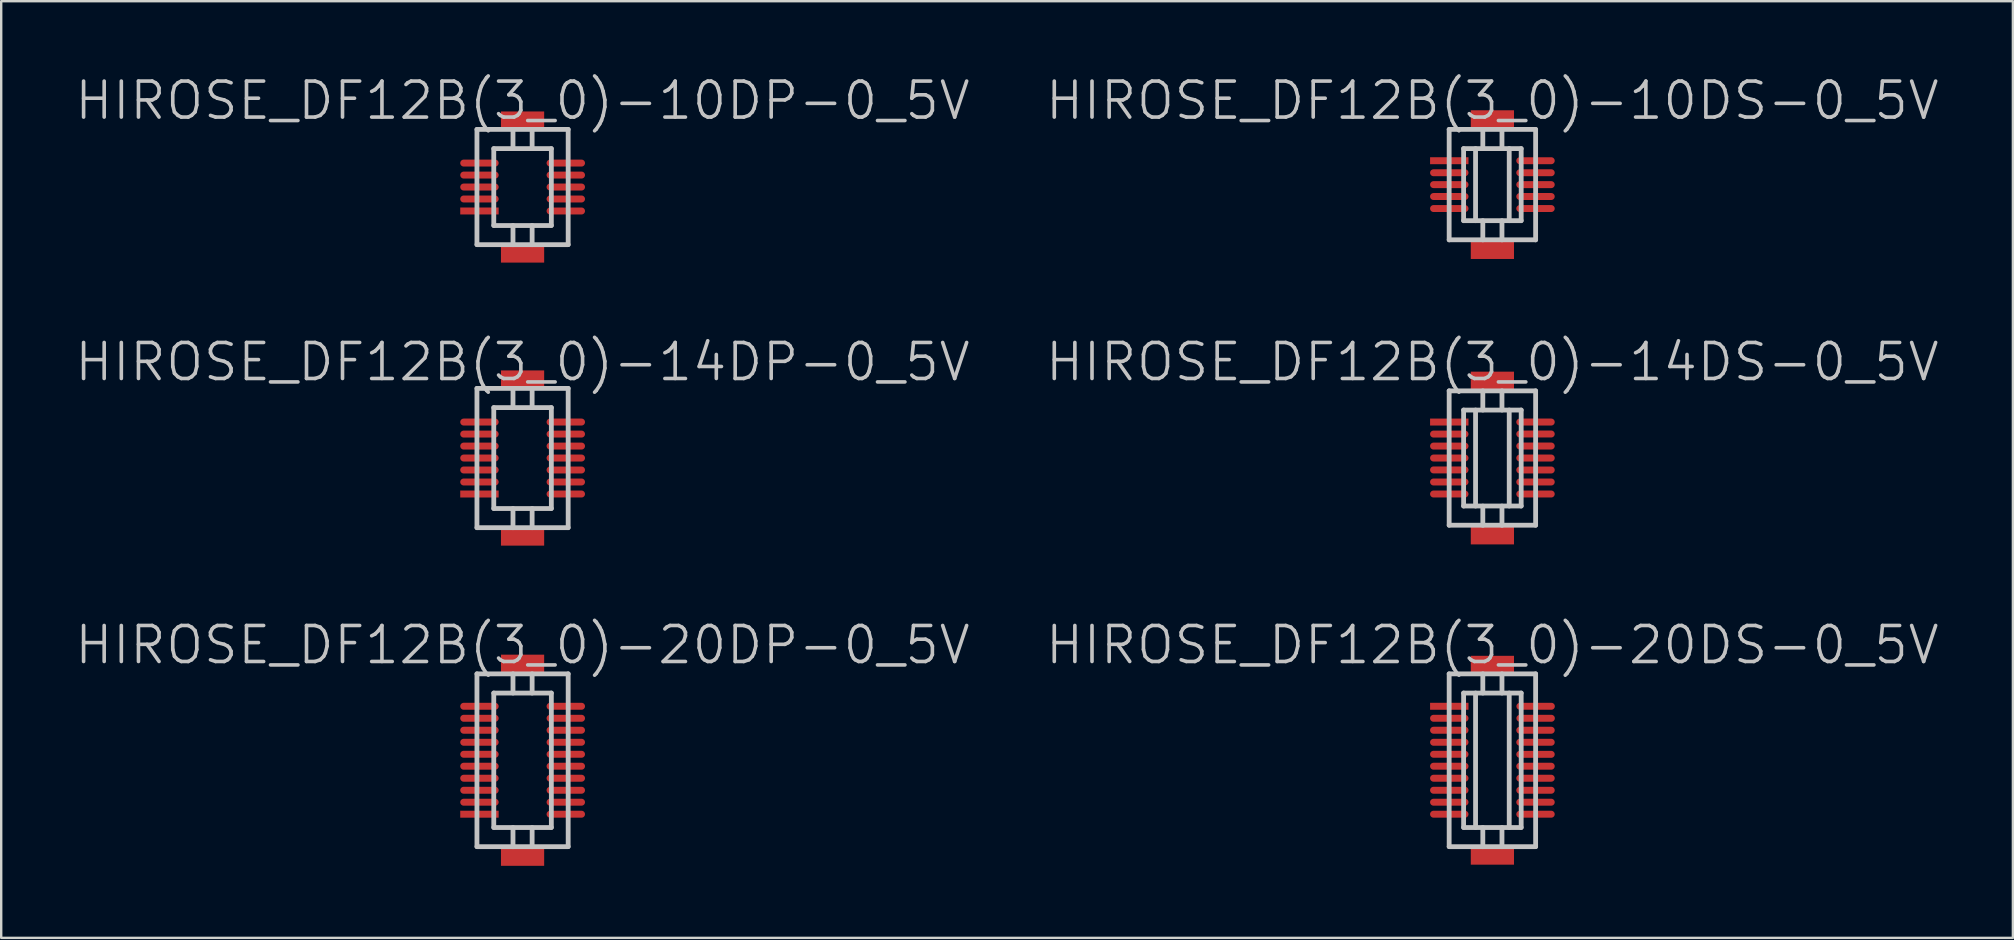
<source format=kicad_pcb>
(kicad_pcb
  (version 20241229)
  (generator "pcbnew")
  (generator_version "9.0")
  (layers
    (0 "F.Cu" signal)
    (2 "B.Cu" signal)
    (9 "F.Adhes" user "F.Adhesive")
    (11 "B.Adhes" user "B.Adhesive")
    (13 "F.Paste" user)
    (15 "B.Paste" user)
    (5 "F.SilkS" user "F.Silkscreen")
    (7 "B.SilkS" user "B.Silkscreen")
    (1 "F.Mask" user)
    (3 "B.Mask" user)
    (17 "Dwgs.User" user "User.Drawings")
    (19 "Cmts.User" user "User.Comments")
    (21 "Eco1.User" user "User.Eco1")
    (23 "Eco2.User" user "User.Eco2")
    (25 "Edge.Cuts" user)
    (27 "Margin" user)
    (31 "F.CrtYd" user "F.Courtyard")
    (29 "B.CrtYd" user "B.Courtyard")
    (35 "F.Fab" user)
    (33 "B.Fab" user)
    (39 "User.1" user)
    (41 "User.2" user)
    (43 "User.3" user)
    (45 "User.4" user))
  (footprint "HIROSE_DF12B(3_0)-20DS-0_5V"
    (layer "F.Cu")
    (at 59.118 28.619)
    (property "Reference" "HIROSE_DF12B(3_0)-20DS-0_5V" (at 0 -4.8 180) (layer "Dwgs.User") (effects (font (size 1.5 1.5) (thickness 0.15))))
    (attr smd)
    (fp_line (start -1.801 -3.599) (end -1.801 3.599) (stroke (width 0.2) (type solid)) (layer "Dwgs.User"))
    (fp_line (start -1.801 -3.599) (end 1.801 -3.599) (stroke (width 0.2) (type solid)) (layer "Dwgs.User"))
    (fp_line (start -1.199 -2.799) (end 1.199 -2.799) (stroke (width 0.2) (type solid)) (layer "Dwgs.User"))
    (fp_line (start -1.199 2.799) (end -1.199 -2.799) (stroke (width 0.2) (type solid)) (layer "Dwgs.User"))
    (fp_line (start -0.701 -2.799) (end -0.701 2.799) (stroke (width 0.2) (type solid)) (layer "Dwgs.User"))
    (fp_line (start -0.399 -2.799) (end -0.399 -3.599) (stroke (width 0.2) (type solid)) (layer "Dwgs.User"))
    (fp_line (start -0.399 3.602) (end -0.399 2.802) (stroke (width 0.2) (type solid)) (layer "Dwgs.User"))
    (fp_line (start 0.399 -2.799) (end 0.399 -3.599) (stroke (width 0.2) (type solid)) (layer "Dwgs.User"))
    (fp_line (start 0.399 2.802) (end 0.399 3.602) (stroke (width 0.2) (type solid)) (layer "Dwgs.User"))
    (fp_line (start 0.701 2.799) (end 0.701 -2.799) (stroke (width 0.2) (type solid)) (layer "Dwgs.User"))
    (fp_line (start 1.199 -2.799) (end 1.199 2.799) (stroke (width 0.2) (type solid)) (layer "Dwgs.User"))
    (fp_line (start 1.199 2.802) (end -1.199 2.802) (stroke (width 0.2) (type solid)) (layer "Dwgs.User"))
    (fp_line (start 1.801 3.599) (end -1.801 3.599) (stroke (width 0.2) (type solid)) (layer "Dwgs.User"))
    (fp_line (start 1.801 3.599) (end 1.801 -3.599) (stroke (width 0.2) (type solid)) (layer "Dwgs.User"))
    (pad "" smd rect (at 0 -3.95 270) (size 0.8 1.8) (layers "F.Cu" "F.Mask" "F.Paste"))
    (pad "" smd rect (at 0 3.95 270) (size 0.8 1.8) (layers "F.Cu" "F.Mask" "F.Paste"))
    (pad "1" smd rect (at -1.796 -2.248 270) (size 0.29 1.6) (layers "F.Cu" "F.Mask" "F.Paste"))
    (pad "2" smd oval (at -1.796 -1.748 270) (size 0.29 1.6) (layers "F.Cu" "F.Mask" "F.Paste"))
    (pad "3" smd oval (at -1.796 -1.25 270) (size 0.29 1.6) (layers "F.Cu" "F.Mask" "F.Paste"))
    (pad "4" smd oval (at -1.796 -0.749 270) (size 0.29 1.6) (layers "F.Cu" "F.Mask" "F.Paste"))
    (pad "5" smd oval (at -1.796 -0.249 270) (size 0.29 1.6) (layers "F.Cu" "F.Mask" "F.Paste"))
    (pad "6" smd oval (at -1.796 0.249 270) (size 0.29 1.6) (layers "F.Cu" "F.Mask" "F.Paste"))
    (pad "7" smd oval (at -1.796 0.749 270) (size 0.29 1.6) (layers "F.Cu" "F.Mask" "F.Paste"))
    (pad "8" smd oval (at -1.796 1.25 270) (size 0.29 1.6) (layers "F.Cu" "F.Mask" "F.Paste"))
    (pad "9" smd oval (at -1.796 1.748 270) (size 0.29 1.6) (layers "F.Cu" "F.Mask" "F.Paste"))
    (pad "10" smd oval (at -1.796 2.248 270) (size 0.29 1.6) (layers "F.Cu" "F.Mask" "F.Paste"))
    (pad "11" smd oval (at 1.796 2.248 270) (size 0.29 1.6) (layers "F.Cu" "F.Mask" "F.Paste"))
    (pad "12" smd oval (at 1.796 1.748 270) (size 0.29 1.6) (layers "F.Cu" "F.Mask" "F.Paste"))
    (pad "13" smd oval (at 1.796 1.25 270) (size 0.29 1.6) (layers "F.Cu" "F.Mask" "F.Paste"))
    (pad "14" smd oval (at 1.796 0.749 270) (size 0.29 1.6) (layers "F.Cu" "F.Mask" "F.Paste"))
    (pad "15" smd oval (at 1.796 0.249 270) (size 0.29 1.6) (layers "F.Cu" "F.Mask" "F.Paste"))
    (pad "16" smd oval (at 1.796 -0.246 270) (size 0.29 1.6) (layers "F.Cu" "F.Mask" "F.Paste"))
    (pad "17" smd oval (at 1.796 -0.749 270) (size 0.29 1.6) (layers "F.Cu" "F.Mask" "F.Paste"))
    (pad "18" smd oval (at 1.796 -1.25 270) (size 0.29 1.6) (layers "F.Cu" "F.Mask" "F.Paste"))
    (pad "19" smd oval (at 1.801 -1.748 270) (size 0.29 1.6) (layers "F.Cu" "F.Mask" "F.Paste"))
    (pad "20" smd oval (at 1.801 -2.248 270) (size 0.29 1.6) (layers "F.Cu" "F.Mask" "F.Paste")))
  (footprint "HIROSE_DF12B(3_0)-10DS-0_5V"
    (layer "F.Cu")
    (at 59.118 4.641)
    (property "Reference" "HIROSE_DF12B(3_0)-10DS-0_5V" (at 0 -3.5 180) (layer "Dwgs.User") (effects (font (size 1.5 1.5) (thickness 0.15))))
    (attr smd)
    (fp_line (start -1.801 -2.301) (end 1.801 -2.301) (stroke (width 0.2) (type solid)) (layer "Dwgs.User"))
    (fp_line (start -1.801 2.301) (end -1.801 -2.301) (stroke (width 0.2) (type solid)) (layer "Dwgs.User"))
    (fp_line (start -1.199 -1.501) (end 1.199 -1.501) (stroke (width 0.2) (type solid)) (layer "Dwgs.User"))
    (fp_line (start -1.199 1.501) (end -1.199 -1.501) (stroke (width 0.2) (type solid)) (layer "Dwgs.User"))
    (fp_line (start -0.701 1.501) (end -0.701 -1.501) (stroke (width 0.2) (type solid)) (layer "Dwgs.User"))
    (fp_line (start -0.399 -1.501) (end -0.399 -2.301) (stroke (width 0.2) (type solid)) (layer "Dwgs.User"))
    (fp_line (start -0.399 2.301) (end -0.399 1.501) (stroke (width 0.2) (type solid)) (layer "Dwgs.User"))
    (fp_line (start 0.399 -1.501) (end 0.399 -2.301) (stroke (width 0.2) (type solid)) (layer "Dwgs.User"))
    (fp_line (start 0.399 1.501) (end 0.399 2.301) (stroke (width 0.2) (type solid)) (layer "Dwgs.User"))
    (fp_line (start 0.701 -1.501) (end 0.701 1.501) (stroke (width 0.2) (type solid)) (layer "Dwgs.User"))
    (fp_line (start 1.199 -1.501) (end 1.199 1.501) (stroke (width 0.2) (type solid)) (layer "Dwgs.User"))
    (fp_line (start 1.199 1.501) (end -1.199 1.501) (stroke (width 0.2) (type solid)) (layer "Dwgs.User"))
    (fp_line (start 1.801 -2.301) (end 1.801 2.301) (stroke (width 0.2) (type solid)) (layer "Dwgs.User"))
    (fp_line (start 1.801 2.299) (end -1.801 2.299) (stroke (width 0.2) (type solid)) (layer "Dwgs.User"))
    (pad "" smd rect (at 0 -2.697 270) (size 0.8 1.8) (layers "F.Cu" "F.Mask" "F.Paste"))
    (pad "" smd rect (at 0 2.697 270) (size 0.8 1.8) (layers "F.Cu" "F.Mask" "F.Paste"))
    (pad "1" smd rect (at -1.796 -0.996 270) (size 0.29 1.6) (layers "F.Cu" "F.Mask" "F.Paste"))
    (pad "2" smd oval (at -1.796 -0.495 270) (size 0.29 1.6) (layers "F.Cu" "F.Mask" "F.Paste"))
    (pad "3" smd oval (at -1.796 0 270) (size 0.29 1.6) (layers "F.Cu" "F.Mask" "F.Paste"))
    (pad "4" smd oval (at -1.796 0.495 270) (size 0.29 1.6) (layers "F.Cu" "F.Mask" "F.Paste"))
    (pad "5" smd oval (at -1.796 0.996 270) (size 0.29 1.6) (layers "F.Cu" "F.Mask" "F.Paste"))
    (pad "6" smd oval (at 1.796 0.996 270) (size 0.29 1.6) (layers "F.Cu" "F.Mask" "F.Paste"))
    (pad "7" smd oval (at 1.796 0.495 270) (size 0.29 1.6) (layers "F.Cu" "F.Mask" "F.Paste"))
    (pad "8" smd oval (at 1.796 0 270) (size 0.29 1.6) (layers "F.Cu" "F.Mask" "F.Paste"))
    (pad "9" smd oval (at 1.796 -0.495 270) (size 0.29 1.6) (layers "F.Cu" "F.Mask" "F.Paste"))
    (pad "10" smd oval (at 1.796 -0.996 270) (size 0.29 1.6) (layers "F.Cu" "F.Mask" "F.Paste")))
  (footprint "HIROSE_DF12B(3_0)-14DP-0_5V"
    (layer "F.Cu")
    (at 18.718 16.03)
    (property "Reference" "HIROSE_DF12B(3_0)-14DP-0_5V" (at 0 -4 180) (layer "Dwgs.User") (effects (font (size 1.5 1.5) (thickness 0.15))))
    (attr smd)
    (fp_line (start -1.9 2.901) (end -1.9 -2.901) (stroke (width 0.2) (type solid)) (layer "Dwgs.User"))
    (fp_line (start -1.9 2.901) (end 1.9 2.901) (stroke (width 0.2) (type solid)) (layer "Dwgs.User"))
    (fp_line (start -1.199 -2.101) (end -1.199 2.101) (stroke (width 0.2) (type solid)) (layer "Dwgs.User"))
    (fp_line (start -1.199 -2.101) (end 1.199 -2.101) (stroke (width 0.2) (type solid)) (layer "Dwgs.User"))
    (fp_line (start -0.399 -2.101) (end -0.399 -2.901) (stroke (width 0.2) (type solid)) (layer "Dwgs.User"))
    (fp_line (start -0.399 2.903) (end -0.399 2.103) (stroke (width 0.2) (type solid)) (layer "Dwgs.User"))
    (fp_line (start 0.399 -2.101) (end 0.399 -2.901) (stroke (width 0.2) (type solid)) (layer "Dwgs.User"))
    (fp_line (start 0.399 2.103) (end 0.399 2.903) (stroke (width 0.2) (type solid)) (layer "Dwgs.User"))
    (fp_line (start 1.199 2.101) (end 1.199 -2.101) (stroke (width 0.2) (type solid)) (layer "Dwgs.User"))
    (fp_line (start 1.199 2.103) (end -1.199 2.103) (stroke (width 0.2) (type solid)) (layer "Dwgs.User"))
    (fp_line (start 1.9 -2.901) (end -1.9 -2.901) (stroke (width 0.2) (type solid)) (layer "Dwgs.User"))
    (fp_line (start 1.9 -2.901) (end 1.9 2.901) (stroke (width 0.2) (type solid)) (layer "Dwgs.User"))
    (pad "" smd rect (at 0 -3.249 270) (size 0.8 1.8) (layers "F.Cu" "F.Mask" "F.Paste"))
    (pad "" smd rect (at 0 3.249 270) (size 0.8 1.8) (layers "F.Cu" "F.Mask" "F.Paste"))
    (pad "1" smd rect (at -1.796 1.499 270) (size 0.29 1.6) (layers "F.Cu" "F.Mask" "F.Paste"))
    (pad "2" smd oval (at -1.796 0.998 270) (size 0.29 1.6) (layers "F.Cu" "F.Mask" "F.Paste"))
    (pad "3" smd oval (at -1.796 0.498 270) (size 0.29 1.6) (layers "F.Cu" "F.Mask" "F.Paste"))
    (pad "4" smd oval (at -1.796 0 270) (size 0.29 1.6) (layers "F.Cu" "F.Mask" "F.Paste"))
    (pad "5" smd oval (at -1.796 -0.498 270) (size 0.29 1.6) (layers "F.Cu" "F.Mask" "F.Paste"))
    (pad "6" smd oval (at -1.796 -0.998 270) (size 0.29 1.6) (layers "F.Cu" "F.Mask" "F.Paste"))
    (pad "7" smd oval (at -1.796 -1.499 270) (size 0.29 1.6) (layers "F.Cu" "F.Mask" "F.Paste"))
    (pad "8" smd oval (at 1.801 -1.499 270) (size 0.29 1.6) (layers "F.Cu" "F.Mask" "F.Paste"))
    (pad "9" smd oval (at 1.801 -0.998 270) (size 0.29 1.6) (layers "F.Cu" "F.Mask" "F.Paste"))
    (pad "10" smd oval (at 1.801 -0.498 270) (size 0.29 1.6) (layers "F.Cu" "F.Mask" "F.Paste"))
    (pad "11" smd oval (at 1.801 0 270) (size 0.29 1.6) (layers "F.Cu" "F.Mask" "F.Paste"))
    (pad "12" smd oval (at 1.801 0.498 270) (size 0.29 1.6) (layers "F.Cu" "F.Mask" "F.Paste"))
    (pad "13" smd oval (at 1.801 0.998 270) (size 0.29 1.6) (layers "F.Cu" "F.Mask" "F.Paste"))
    (pad "14" smd oval (at 1.801 1.499 270) (size 0.29 1.6) (layers "F.Cu" "F.Mask" "F.Paste")))
  (footprint "HIROSE_DF12B(3_0)-20DP-0_5V"
    (layer "F.Cu")
    (at 18.718 28.619)
    (property "Reference" "HIROSE_DF12B(3_0)-20DP-0_5V" (at 0 -4.8 180) (layer "Dwgs.User") (effects (font (size 1.5 1.5) (thickness 0.15))))
    (attr smd)
    (fp_line (start -1.9 3.599) (end -1.9 -3.599) (stroke (width 0.2) (type solid)) (layer "Dwgs.User"))
    (fp_line (start -1.9 3.599) (end 1.9 3.599) (stroke (width 0.2) (type solid)) (layer "Dwgs.User"))
    (fp_line (start -1.199 -2.799) (end -1.199 2.799) (stroke (width 0.2) (type solid)) (layer "Dwgs.User"))
    (fp_line (start -1.199 -2.799) (end 1.199 -2.799) (stroke (width 0.2) (type solid)) (layer "Dwgs.User"))
    (fp_line (start -0.399 -2.799) (end -0.399 -3.599) (stroke (width 0.2) (type solid)) (layer "Dwgs.User"))
    (fp_line (start -0.399 3.602) (end -0.399 2.802) (stroke (width 0.2) (type solid)) (layer "Dwgs.User"))
    (fp_line (start 0.399 -2.799) (end 0.399 -3.599) (stroke (width 0.2) (type solid)) (layer "Dwgs.User"))
    (fp_line (start 0.399 2.802) (end 0.399 3.602) (stroke (width 0.2) (type solid)) (layer "Dwgs.User"))
    (fp_line (start 1.199 2.799) (end 1.199 -2.799) (stroke (width 0.2) (type solid)) (layer "Dwgs.User"))
    (fp_line (start 1.199 2.802) (end -1.199 2.802) (stroke (width 0.2) (type solid)) (layer "Dwgs.User"))
    (fp_line (start 1.9 -3.599) (end -1.9 -3.599) (stroke (width 0.2) (type solid)) (layer "Dwgs.User"))
    (fp_line (start 1.9 -3.599) (end 1.9 3.599) (stroke (width 0.2) (type solid)) (layer "Dwgs.User"))
    (pad "" smd rect (at 0 -3.998 270) (size 0.8 1.8) (layers "F.Cu" "F.Mask" "F.Paste"))
    (pad "" smd rect (at 0 3.998 270) (size 0.8 1.8) (layers "F.Cu" "F.Mask" "F.Paste"))
    (pad "1" smd rect (at -1.796 2.248 270) (size 0.29 1.6) (layers "F.Cu" "F.Mask" "F.Paste"))
    (pad "2" smd oval (at -1.796 1.748 270) (size 0.29 1.6) (layers "F.Cu" "F.Mask" "F.Paste"))
    (pad "3" smd oval (at -1.796 1.25 270) (size 0.29 1.6) (layers "F.Cu" "F.Mask" "F.Paste"))
    (pad "4" smd oval (at -1.796 0.749 270) (size 0.29 1.6) (layers "F.Cu" "F.Mask" "F.Paste"))
    (pad "5" smd oval (at -1.796 0.249 270) (size 0.29 1.6) (layers "F.Cu" "F.Mask" "F.Paste"))
    (pad "6" smd oval (at -1.796 -0.249 270) (size 0.29 1.6) (layers "F.Cu" "F.Mask" "F.Paste"))
    (pad "7" smd oval (at -1.796 -0.749 270) (size 0.29 1.6) (layers "F.Cu" "F.Mask" "F.Paste"))
    (pad "8" smd oval (at -1.796 -1.25 270) (size 0.29 1.6) (layers "F.Cu" "F.Mask" "F.Paste"))
    (pad "9" smd oval (at -1.796 -1.748 270) (size 0.29 1.6) (layers "F.Cu" "F.Mask" "F.Paste"))
    (pad "10" smd oval (at -1.796 -2.248 270) (size 0.29 1.6) (layers "F.Cu" "F.Mask" "F.Paste"))
    (pad "11" smd oval (at 1.801 -2.248 270) (size 0.29 1.6) (layers "F.Cu" "F.Mask" "F.Paste"))
    (pad "12" smd oval (at 1.801 -1.748 270) (size 0.29 1.6) (layers "F.Cu" "F.Mask" "F.Paste"))
    (pad "13" smd oval (at 1.801 -1.25 270) (size 0.29 1.6) (layers "F.Cu" "F.Mask" "F.Paste"))
    (pad "14" smd oval (at 1.801 -0.749 270) (size 0.29 1.6) (layers "F.Cu" "F.Mask" "F.Paste"))
    (pad "15" smd oval (at 1.801 -0.249 270) (size 0.29 1.6) (layers "F.Cu" "F.Mask" "F.Paste"))
    (pad "16" smd oval (at 1.801 0.249 270) (size 0.29 1.6) (layers "F.Cu" "F.Mask" "F.Paste"))
    (pad "17" smd oval (at 1.801 0.749 270) (size 0.29 1.6) (layers "F.Cu" "F.Mask" "F.Paste"))
    (pad "18" smd oval (at 1.801 1.25 270) (size 0.29 1.6) (layers "F.Cu" "F.Mask" "F.Paste"))
    (pad "19" smd oval (at 1.801 1.748 270) (size 0.29 1.6) (layers "F.Cu" "F.Mask" "F.Paste"))
    (pad "20" smd oval (at 1.801 2.248 270) (size 0.29 1.6) (layers "F.Cu" "F.Mask" "F.Paste")))
  (footprint "HIROSE_DF12B(3_0)-14DS-0_5V"
    (layer "F.Cu")
    (at 59.118 16.03)
    (property "Reference" "HIROSE_DF12B(3_0)-14DS-0_5V" (at 0 -4 180) (layer "Dwgs.User") (effects (font (size 1.5 1.5) (thickness 0.15))))
    (attr smd)
    (fp_line (start -1.801 -2.799) (end 1.801 -2.799) (stroke (width 0.2) (type solid)) (layer "Dwgs.User"))
    (fp_line (start -1.801 2.799) (end -1.801 -2.799) (stroke (width 0.2) (type solid)) (layer "Dwgs.User"))
    (fp_line (start -1.199 -1.999) (end -1.199 1.999) (stroke (width 0.2) (type solid)) (layer "Dwgs.User"))
    (fp_line (start -1.199 -1.999) (end 1.199 -1.999) (stroke (width 0.2) (type solid)) (layer "Dwgs.User"))
    (fp_line (start -0.701 1.999) (end -0.701 -1.999) (stroke (width 0.2) (type solid)) (layer "Dwgs.User"))
    (fp_line (start -0.399 -1.999) (end -0.399 -2.799) (stroke (width 0.2) (type solid)) (layer "Dwgs.User"))
    (fp_line (start -0.399 2.802) (end -0.399 2.002) (stroke (width 0.2) (type solid)) (layer "Dwgs.User"))
    (fp_line (start 0.399 -1.999) (end 0.399 -2.799) (stroke (width 0.2) (type solid)) (layer "Dwgs.User"))
    (fp_line (start 0.399 2.002) (end 0.399 2.802) (stroke (width 0.2) (type solid)) (layer "Dwgs.User"))
    (fp_line (start 0.701 -1.999) (end 0.701 1.999) (stroke (width 0.2) (type solid)) (layer "Dwgs.User"))
    (fp_line (start 1.199 1.999) (end -1.199 1.999) (stroke (width 0.2) (type solid)) (layer "Dwgs.User"))
    (fp_line (start 1.199 1.999) (end 1.199 -1.999) (stroke (width 0.2) (type solid)) (layer "Dwgs.User"))
    (fp_line (start 1.801 -2.799) (end 1.801 2.799) (stroke (width 0.2) (type solid)) (layer "Dwgs.User"))
    (fp_line (start 1.801 2.799) (end -1.801 2.799) (stroke (width 0.2) (type solid)) (layer "Dwgs.User"))
    (pad "" smd rect (at 0 -3.198 270) (size 0.8 1.8) (layers "F.Cu" "F.Mask" "F.Paste"))
    (pad "" smd rect (at 0 3.198 270) (size 0.8 1.8) (layers "F.Cu" "F.Mask" "F.Paste"))
    (pad "1" smd rect (at -1.796 -1.499 270) (size 0.29 1.6) (layers "F.Cu" "F.Mask" "F.Paste"))
    (pad "2" smd oval (at -1.796 -0.998 270) (size 0.29 1.6) (layers "F.Cu" "F.Mask" "F.Paste"))
    (pad "3" smd oval (at -1.796 -0.498 270) (size 0.29 1.6) (layers "F.Cu" "F.Mask" "F.Paste"))
    (pad "4" smd oval (at -1.796 0 270) (size 0.29 1.6) (layers "F.Cu" "F.Mask" "F.Paste"))
    (pad "5" smd oval (at -1.796 0.495 270) (size 0.29 1.6) (layers "F.Cu" "F.Mask" "F.Paste"))
    (pad "6" smd oval (at -1.796 0.998 270) (size 0.29 1.6) (layers "F.Cu" "F.Mask" "F.Paste"))
    (pad "7" smd oval (at -1.796 1.499 270) (size 0.29 1.6) (layers "F.Cu" "F.Mask" "F.Paste"))
    (pad "8" smd oval (at 1.796 1.499 270) (size 0.29 1.6) (layers "F.Cu" "F.Mask" "F.Paste"))
    (pad "9" smd oval (at 1.796 0.998 270) (size 0.29 1.6) (layers "F.Cu" "F.Mask" "F.Paste"))
    (pad "10" smd oval (at 1.796 0.498 270) (size 0.29 1.6) (layers "F.Cu" "F.Mask" "F.Paste"))
    (pad "11" smd oval (at 1.796 0 270) (size 0.29 1.6) (layers "F.Cu" "F.Mask" "F.Paste"))
    (pad "12" smd oval (at 1.796 -0.5 270) (size 0.29 1.6) (layers "F.Cu" "F.Mask" "F.Paste"))
    (pad "13" smd oval (at 1.796 -1.001 270) (size 0.29 1.6) (layers "F.Cu" "F.Mask" "F.Paste"))
    (pad "14" smd oval (at 1.796 -1.499 270) (size 0.29 1.6) (layers "F.Cu" "F.Mask" "F.Paste")))
  (footprint "HIROSE_DF12B(3_0)-10DP-0_5V"
    (layer "F.Cu")
    (at 18.718 4.741)
    (property "Reference" "HIROSE_DF12B(3_0)-10DP-0_5V" (at 0 -3.6 180) (layer "Dwgs.User") (effects (font (size 1.5 1.5) (thickness 0.15))))
    (attr smd)
    (fp_line (start -1.9 2.4) (end -1.9 -2.4) (stroke (width 0.2) (type solid)) (layer "Dwgs.User"))
    (fp_line (start -1.9 2.4) (end 1.9 2.4) (stroke (width 0.2) (type solid)) (layer "Dwgs.User"))
    (fp_line (start -1.199 -1.6) (end -1.199 1.6) (stroke (width 0.2) (type solid)) (layer "Dwgs.User"))
    (fp_line (start -1.199 -1.6) (end 1.199 -1.6) (stroke (width 0.2) (type solid)) (layer "Dwgs.User"))
    (fp_line (start -0.399 -1.6) (end -0.399 -2.4) (stroke (width 0.2) (type solid)) (layer "Dwgs.User"))
    (fp_line (start -0.399 2.403) (end -0.399 1.603) (stroke (width 0.2) (type solid)) (layer "Dwgs.User"))
    (fp_line (start 0.399 -1.6) (end 0.399 -2.4) (stroke (width 0.2) (type solid)) (layer "Dwgs.User"))
    (fp_line (start 0.399 1.603) (end 0.399 2.403) (stroke (width 0.2) (type solid)) (layer "Dwgs.User"))
    (fp_line (start 1.199 1.6) (end 1.199 -1.6) (stroke (width 0.2) (type solid)) (layer "Dwgs.User"))
    (fp_line (start 1.199 1.603) (end -1.199 1.603) (stroke (width 0.2) (type solid)) (layer "Dwgs.User"))
    (fp_line (start 1.9 -2.4) (end -1.9 -2.4) (stroke (width 0.2) (type solid)) (layer "Dwgs.User"))
    (fp_line (start 1.9 -2.4) (end 1.9 2.4) (stroke (width 0.2) (type solid)) (layer "Dwgs.User"))
    (pad "" smd rect (at 0 -2.748 270) (size 0.8 1.8) (layers "F.Cu" "F.Mask" "F.Paste"))
    (pad "" smd rect (at 0 2.748 270) (size 0.8 1.8) (layers "F.Cu" "F.Mask" "F.Paste"))
    (pad "1" smd rect (at -1.796 0.998 270) (size 0.29 1.6) (layers "F.Cu" "F.Mask" "F.Paste"))
    (pad "2" smd oval (at -1.796 0.498 270) (size 0.29 1.6) (layers "F.Cu" "F.Mask" "F.Paste"))
    (pad "3" smd oval (at -1.796 0 270) (size 0.29 1.6) (layers "F.Cu" "F.Mask" "F.Paste"))
    (pad "4" smd oval (at -1.796 -0.498 270) (size 0.29 1.6) (layers "F.Cu" "F.Mask" "F.Paste"))
    (pad "5" smd oval (at -1.796 -0.998 270) (size 0.29 1.6) (layers "F.Cu" "F.Mask" "F.Paste"))
    (pad "6" smd oval (at 1.801 -0.998 270) (size 0.29 1.6) (layers "F.Cu" "F.Mask" "F.Paste"))
    (pad "7" smd oval (at 1.801 -0.498 270) (size 0.29 1.6) (layers "F.Cu" "F.Mask" "F.Paste"))
    (pad "8" smd oval (at 1.801 0 270) (size 0.29 1.6) (layers "F.Cu" "F.Mask" "F.Paste"))
    (pad "9" smd oval (at 1.801 0.498 270) (size 0.29 1.6) (layers "F.Cu" "F.Mask" "F.Paste"))
    (pad "10" smd oval (at 1.801 0.998 270) (size 0.29 1.6) (layers "F.Cu" "F.Mask" "F.Paste")))
  (gr_rect
    (start -3 -3)
    (end 80.8 36.017)
    (stroke (width 0.1) (type default))
    (fill no)
    (layer "Edge.Cuts")))
</source>
